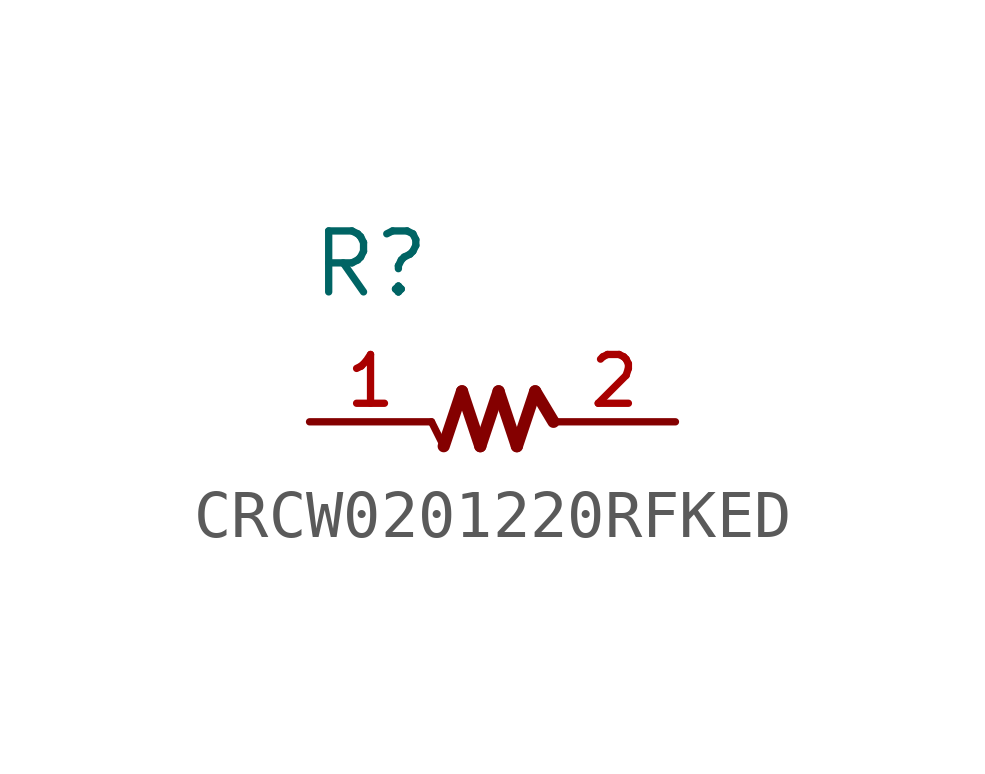
<source format=kicad_sym>
(kicad_symbol_lib
  (version 20241209)
  (generator "kicad_symbol_editor")
  (generator_version "9.0")
  (symbol "CRCW0201220RFKED"
    (pin_names
      (offset 1.016))
    (property "Reference" "R"
      (at -7.624 2.542 0)
      (effects (font (size 1.27 1.27)) (justify left bottom)))
    (symbol "CRCW0201220RFKED_0_0"
      (polyline (pts (xy -4.826 -0.508) (xy -4.445 0.635)) (stroke (width 0.254) (type default)) (fill (type none)))
      (polyline (pts (xy -4.445 0.635) (xy -4.064 -0.508)) (stroke (width 0.254) (type default)) (fill (type none)))
      (polyline (pts (xy -4.064 -0.508) (xy -3.683 0.635)) (stroke (width 0.254) (type default)) (fill (type none)))
      (polyline (pts (xy -3.683 0.635) (xy -3.302 -0.508)) (stroke (width 0.254) (type default)) (fill (type none)))
      (polyline (pts (xy -3.302 -0.508) (xy -2.921 0.635)) (stroke (width 0.254) (type default)) (fill (type none)))
      (polyline (pts (xy -2.921 0.635) (xy -2.54 0)) (stroke (width 0.254) (type default)) (fill (type none))))
    (symbol "CRCW0201220RFKED_0_1"
      (polyline (pts (xy -4.826 -0.508) (xy -5.08 0)) (stroke (width 0) (type default)) (fill (type none))))
    (symbol "CRCW0201220RFKED_1_0"
      (pin passive line (at -7.62 0 0) (length 2.54) (name "~" (effects (font (size 1.016 1.016)))) (number "1" (effects (font (size 1.016 1.016)))))
      (pin passive line (at 0 0 180) (length 2.54) (name "~" (effects (font (size 1.016 1.016)))) (number "2" (effects (font (size 1.016 1.016))))))))
</source>
